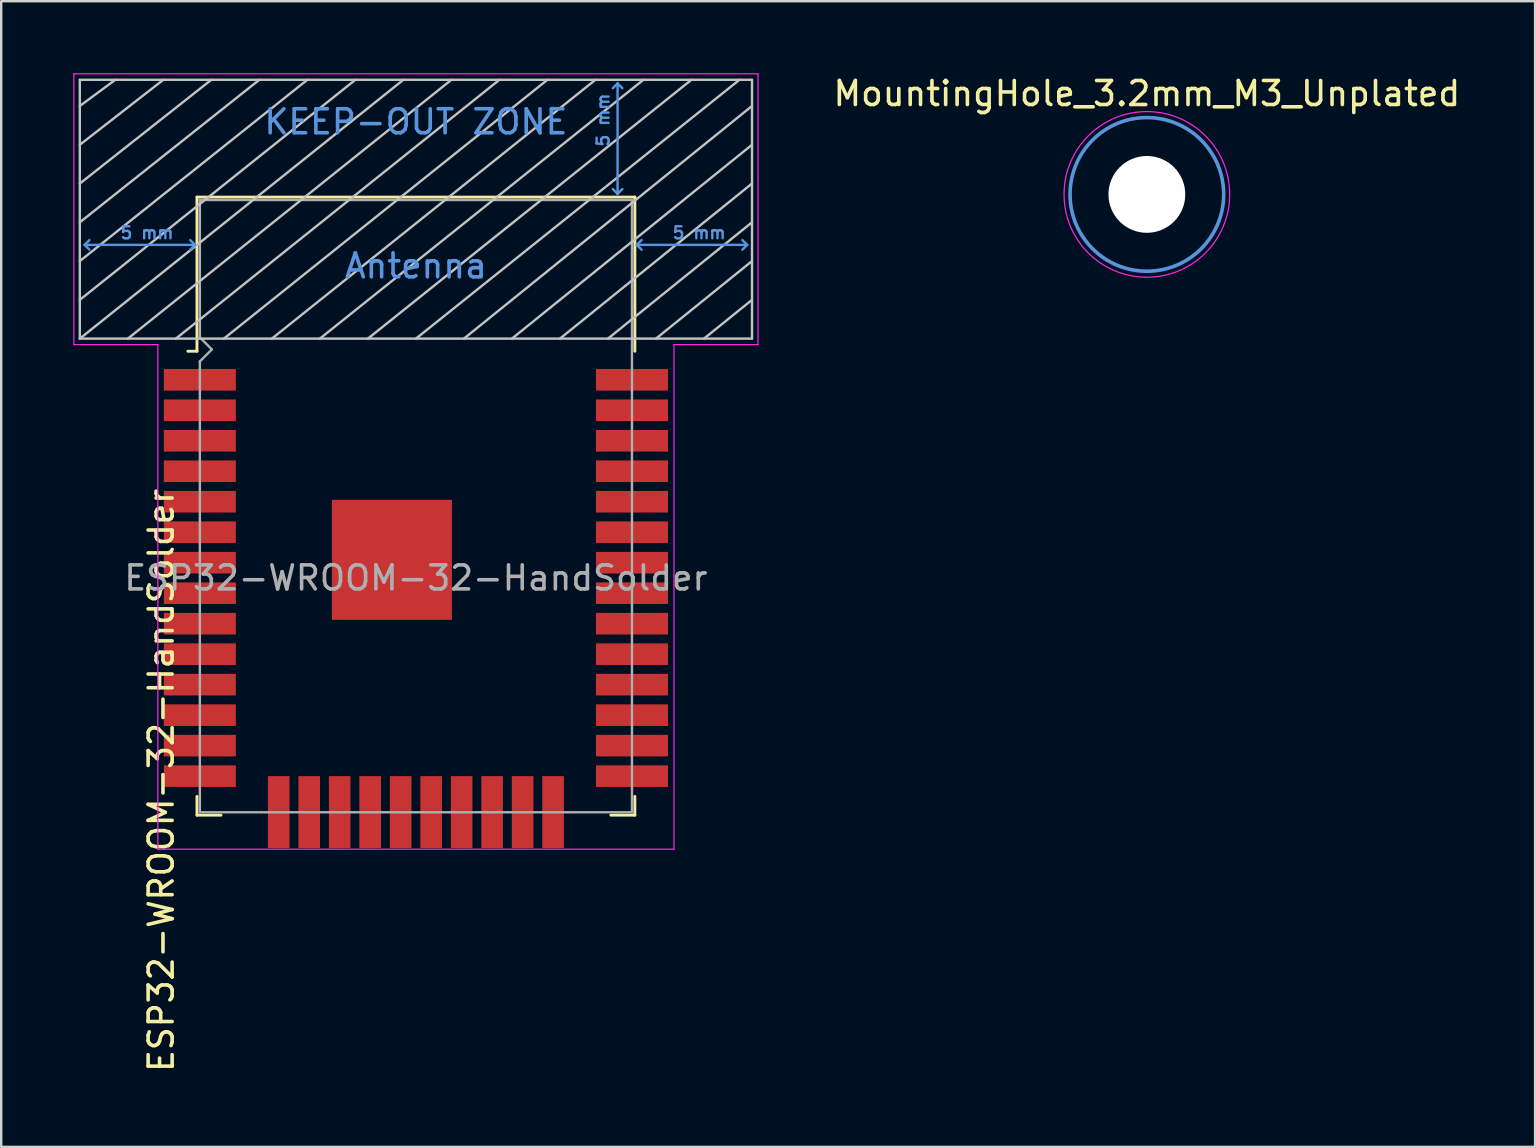
<source format=kicad_pcb>
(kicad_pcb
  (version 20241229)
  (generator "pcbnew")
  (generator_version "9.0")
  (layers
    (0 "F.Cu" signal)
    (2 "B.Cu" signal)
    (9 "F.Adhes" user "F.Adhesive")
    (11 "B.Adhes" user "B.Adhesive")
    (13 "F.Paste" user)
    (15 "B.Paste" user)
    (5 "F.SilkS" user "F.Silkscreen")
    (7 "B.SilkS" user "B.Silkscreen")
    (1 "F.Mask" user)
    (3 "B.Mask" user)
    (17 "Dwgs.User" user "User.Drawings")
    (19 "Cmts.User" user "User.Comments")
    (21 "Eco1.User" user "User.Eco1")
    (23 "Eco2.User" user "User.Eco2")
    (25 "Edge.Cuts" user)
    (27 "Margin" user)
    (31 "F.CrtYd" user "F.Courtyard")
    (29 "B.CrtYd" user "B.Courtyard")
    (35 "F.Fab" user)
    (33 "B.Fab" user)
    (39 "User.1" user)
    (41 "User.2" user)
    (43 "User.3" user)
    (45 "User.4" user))
  (footprint "ESP32-WROOM-32-HandSolder"
    (layer "F.Cu")
    (at 14.275 21.025)
    (property "Reference" "ESP32-WROOM-32-HandSolder" (at -10.61 8.43 90) (layer "F.SilkS") (effects (font (size 1 1) (thickness 0.15))))
    (attr smd)
    (fp_line (start -9.12 -15.865) (end -9.12 -9.445) (stroke (width 0.12) (type solid)) (layer "F.SilkS"))
    (fp_line (start -9.12 -15.865) (end 9.12 -15.865) (stroke (width 0.12) (type solid)) (layer "F.SilkS"))
    (fp_line (start -9.12 -9.445) (end -9.5 -9.445) (stroke (width 0.12) (type solid)) (layer "F.SilkS"))
    (fp_line (start -9.12 9.1) (end -9.12 9.88) (stroke (width 0.12) (type solid)) (layer "F.SilkS"))
    (fp_line (start -9.12 9.88) (end -8.12 9.88) (stroke (width 0.12) (type solid)) (layer "F.SilkS"))
    (fp_line (start 9.12 -15.865) (end 9.12 -9.445) (stroke (width 0.12) (type solid)) (layer "F.SilkS"))
    (fp_line (start 9.12 9.1) (end 9.12 9.88) (stroke (width 0.12) (type solid)) (layer "F.SilkS"))
    (fp_line (start 9.12 9.88) (end 8.12 9.88) (stroke (width 0.12) (type solid)) (layer "F.SilkS"))
    (fp_line (start -14 -9.97) (end -14 -20.75) (stroke (width 0.1) (type solid)) (layer "Dwgs.User"))
    (fp_line (start -12.525 -20.75) (end -14 -19.66) (stroke (width 0.1) (type solid)) (layer "Dwgs.User"))
    (fp_line (start -10.525 -20.75) (end -14 -18.045) (stroke (width 0.1) (type solid)) (layer "Dwgs.User"))
    (fp_line (start -8.525 -20.75) (end -14 -16.43) (stroke (width 0.1) (type solid)) (layer "Dwgs.User"))
    (fp_line (start -8 -9.97) (end 5.475 -20.75) (stroke (width 0.1) (type solid)) (layer "Dwgs.User"))
    (fp_line (start -6.525 -20.75) (end -14 -14.815) (stroke (width 0.1) (type solid)) (layer "Dwgs.User"))
    (fp_line (start -4.525 -20.75) (end -14 -13.2) (stroke (width 0.1) (type solid)) (layer "Dwgs.User"))
    (fp_line (start -2.525 -20.75) (end -14 -11.585) (stroke (width 0.1) (type solid)) (layer "Dwgs.User"))
    (fp_line (start -0.525 -20.75) (end -14 -9.97) (stroke (width 0.1) (type solid)) (layer "Dwgs.User"))
    (fp_line (start 1.475 -20.75) (end -12 -9.97) (stroke (width 0.1) (type solid)) (layer "Dwgs.User"))
    (fp_line (start 3.475 -20.75) (end -10 -9.97) (stroke (width 0.1) (type solid)) (layer "Dwgs.User"))
    (fp_line (start 7.475 -20.75) (end -6 -9.97) (stroke (width 0.1) (type solid)) (layer "Dwgs.User"))
    (fp_line (start 9.475 -20.75) (end -4 -9.97) (stroke (width 0.1) (type solid)) (layer "Dwgs.User"))
    (fp_line (start 11.475 -20.75) (end -2 -9.97) (stroke (width 0.1) (type solid)) (layer "Dwgs.User"))
    (fp_line (start 13.475 -20.75) (end 0 -9.97) (stroke (width 0.1) (type solid)) (layer "Dwgs.User"))
    (fp_line (start 14 -20.75) (end -14 -20.75) (stroke (width 0.1) (type solid)) (layer "Dwgs.User"))
    (fp_line (start 14 -19.66) (end 2 -9.97) (stroke (width 0.1) (type solid)) (layer "Dwgs.User"))
    (fp_line (start 14 -18.045) (end 4 -9.97) (stroke (width 0.1) (type solid)) (layer "Dwgs.User"))
    (fp_line (start 14 -16.43) (end 6 -9.97) (stroke (width 0.1) (type solid)) (layer "Dwgs.User"))
    (fp_line (start 14 -14.815) (end 8 -9.97) (stroke (width 0.1) (type solid)) (layer "Dwgs.User"))
    (fp_line (start 14 -13.2) (end 10 -9.97) (stroke (width 0.1) (type solid)) (layer "Dwgs.User"))
    (fp_line (start 14 -11.585) (end 12 -9.97) (stroke (width 0.1) (type solid)) (layer "Dwgs.User"))
    (fp_line (start 14 -9.97) (end -14 -9.97) (stroke (width 0.1) (type solid)) (layer "Dwgs.User"))
    (fp_line (start 14 -9.97) (end 14 -20.75) (stroke (width 0.1) (type solid)) (layer "Dwgs.User"))
    (fp_line (start -13.8 -13.875) (end -13.6 -14.075) (stroke (width 0.1) (type solid)) (layer "Cmts.User"))
    (fp_line (start -13.8 -13.875) (end -13.6 -13.675) (stroke (width 0.1) (type solid)) (layer "Cmts.User"))
    (fp_line (start -13.8 -13.875) (end -9.2 -13.875) (stroke (width 0.1) (type solid)) (layer "Cmts.User"))
    (fp_line (start -9.2 -13.875) (end -9.4 -14.075) (stroke (width 0.1) (type solid)) (layer "Cmts.User"))
    (fp_line (start -9.2 -13.875) (end -9.4 -13.675) (stroke (width 0.1) (type solid)) (layer "Cmts.User"))
    (fp_line (start 8.4 -20.6) (end 8.2 -20.4) (stroke (width 0.1) (type solid)) (layer "Cmts.User"))
    (fp_line (start 8.4 -20.6) (end 8.6 -20.4) (stroke (width 0.1) (type solid)) (layer "Cmts.User"))
    (fp_line (start 8.4 -16) (end 8.2 -16.2) (stroke (width 0.1) (type solid)) (layer "Cmts.User"))
    (fp_line (start 8.4 -16) (end 8.4 -20.6) (stroke (width 0.1) (type solid)) (layer "Cmts.User"))
    (fp_line (start 8.4 -16) (end 8.6 -16.2) (stroke (width 0.1) (type solid)) (layer "Cmts.User"))
    (fp_line (start 9.2 -13.875) (end 9.4 -14.075) (stroke (width 0.1) (type solid)) (layer "Cmts.User"))
    (fp_line (start 9.2 -13.875) (end 9.4 -13.675) (stroke (width 0.1) (type solid)) (layer "Cmts.User"))
    (fp_line (start 9.2 -13.875) (end 13.8 -13.875) (stroke (width 0.1) (type solid)) (layer "Cmts.User"))
    (fp_line (start 13.8 -13.875) (end 13.6 -14.075) (stroke (width 0.1) (type solid)) (layer "Cmts.User"))
    (fp_line (start 13.8 -13.875) (end 13.6 -13.675) (stroke (width 0.1) (type solid)) (layer "Cmts.User"))
    (fp_line (start -14.25 -21) (end -14.25 -9.72) (stroke (width 0.05) (type solid)) (layer "F.CrtYd"))
    (fp_line (start -14.25 -21) (end 14.25 -21) (stroke (width 0.05) (type solid)) (layer "F.CrtYd"))
    (fp_line (start -14.25 -9.72) (end -10.75 -9.72) (stroke (width 0.05) (type solid)) (layer "F.CrtYd"))
    (fp_line (start -10.75 11.3) (end -10.75 -9.72) (stroke (width 0.05) (type solid)) (layer "F.CrtYd"))
    (fp_line (start -10.75 11.3) (end 10.75 11.3) (stroke (width 0.05) (type solid)) (layer "F.CrtYd"))
    (fp_line (start 10.75 -9.72) (end 10.75 11.3) (stroke (width 0.05) (type solid)) (layer "F.CrtYd"))
    (fp_line (start 10.75 -9.72) (end 14.25 -9.72) (stroke (width 0.05) (type solid)) (layer "F.CrtYd"))
    (fp_line (start 14.25 -21) (end 14.25 -9.72) (stroke (width 0.05) (type solid)) (layer "F.CrtYd"))
    (fp_line (start -9 -15.745) (end -9 -10.02) (stroke (width 0.1) (type solid)) (layer "F.Fab"))
    (fp_line (start -9 -15.745) (end 9 -15.745) (stroke (width 0.1) (type solid)) (layer "F.Fab"))
    (fp_line (start -9 -9.02) (end -9 9.76) (stroke (width 0.1) (type solid)) (layer "F.Fab"))
    (fp_line (start -9 -9.02) (end -8.5 -9.52) (stroke (width 0.1) (type solid)) (layer "F.Fab"))
    (fp_line (start -9 9.76) (end 9 9.76) (stroke (width 0.1) (type solid)) (layer "F.Fab"))
    (fp_line (start -8.5 -9.52) (end -9 -10.02) (stroke (width 0.1) (type solid)) (layer "F.Fab"))
    (fp_line (start 9 9.76) (end 9 -15.745) (stroke (width 0.1) (type solid)) (layer "F.Fab"))
    (fp_text user "5 mm" (at -11.2 -14.375 0) (layer "Cmts.User") (effects (font (size 0.5 0.5) (thickness 0.1))))
    (fp_text user "KEEP-OUT ZONE" (at 0 -19 0) (layer "Cmts.User") (effects (font (size 1 1) (thickness 0.15))))
    (fp_text user "5 mm" (at 11.8 -14.375 0) (layer "Cmts.User") (effects (font (size 0.5 0.5) (thickness 0.1))))
    (fp_text user "Antenna" (at 0 -13 0) (layer "Cmts.User") (effects (font (size 1 1) (thickness 0.15))))
    (fp_text user "5 mm" (at 7.8 -19.075 90) (layer "Cmts.User") (effects (font (size 0.5 0.5) (thickness 0.1))))
    (fp_text user "${REFERENCE}" (at 0 0 0) (layer "F.Fab") (effects (font (size 1 1) (thickness 0.15))))
    (pad "1" smd rect (at -9 -8.255) (size 3 0.9) (layers "F.Cu" "F.Mask" "F.Paste"))
    (pad "2" smd rect (at -9 -6.985) (size 3 0.9) (layers "F.Cu" "F.Mask" "F.Paste"))
    (pad "3" smd rect (at -9 -5.715) (size 3 0.9) (layers "F.Cu" "F.Mask" "F.Paste"))
    (pad "4" smd rect (at -9 -4.445) (size 3 0.9) (layers "F.Cu" "F.Mask" "F.Paste"))
    (pad "5" smd rect (at -9 -3.175) (size 3 0.9) (layers "F.Cu" "F.Mask" "F.Paste"))
    (pad "6" smd rect (at -9 -1.905) (size 3 0.9) (layers "F.Cu" "F.Mask" "F.Paste"))
    (pad "7" smd rect (at -9 -0.635) (size 3 0.9) (layers "F.Cu" "F.Mask" "F.Paste"))
    (pad "8" smd rect (at -9 0.635) (size 3 0.9) (layers "F.Cu" "F.Mask" "F.Paste"))
    (pad "9" smd rect (at -9 1.905) (size 3 0.9) (layers "F.Cu" "F.Mask" "F.Paste"))
    (pad "10" smd rect (at -9 3.175) (size 3 0.9) (layers "F.Cu" "F.Mask" "F.Paste"))
    (pad "11" smd rect (at -9 4.445) (size 3 0.9) (layers "F.Cu" "F.Mask" "F.Paste"))
    (pad "12" smd rect (at -9 5.715) (size 3 0.9) (layers "F.Cu" "F.Mask" "F.Paste"))
    (pad "13" smd rect (at -9 6.985) (size 3 0.9) (layers "F.Cu" "F.Mask" "F.Paste"))
    (pad "14" smd rect (at -9 8.255) (size 3 0.9) (layers "F.Cu" "F.Mask" "F.Paste"))
    (pad "15" smd rect (at -5.715 9.755 90) (size 3 0.9) (layers "F.Cu" "F.Mask" "F.Paste"))
    (pad "16" smd rect (at -4.445 9.755 90) (size 3 0.9) (layers "F.Cu" "F.Mask" "F.Paste"))
    (pad "17" smd rect (at -3.175 9.755 90) (size 3 0.9) (layers "F.Cu" "F.Mask" "F.Paste"))
    (pad "18" smd rect (at -1.905 9.755 90) (size 3 0.9) (layers "F.Cu" "F.Mask" "F.Paste"))
    (pad "19" smd rect (at -0.635 9.755 90) (size 3 0.9) (layers "F.Cu" "F.Mask" "F.Paste"))
    (pad "20" smd rect (at 0.635 9.755 90) (size 3 0.9) (layers "F.Cu" "F.Mask" "F.Paste"))
    (pad "21" smd rect (at 1.905 9.755 90) (size 3 0.9) (layers "F.Cu" "F.Mask" "F.Paste"))
    (pad "22" smd rect (at 3.175 9.755 90) (size 3 0.9) (layers "F.Cu" "F.Mask" "F.Paste"))
    (pad "23" smd rect (at 4.445 9.755 90) (size 3 0.9) (layers "F.Cu" "F.Mask" "F.Paste"))
    (pad "24" smd rect (at 5.715 9.755 90) (size 3 0.9) (layers "F.Cu" "F.Mask" "F.Paste"))
    (pad "25" smd rect (at 9 8.255) (size 3 0.9) (layers "F.Cu" "F.Mask" "F.Paste"))
    (pad "26" smd rect (at 9 6.985) (size 3 0.9) (layers "F.Cu" "F.Mask" "F.Paste"))
    (pad "27" smd rect (at 9 5.715) (size 3 0.9) (layers "F.Cu" "F.Mask" "F.Paste"))
    (pad "28" smd rect (at 9 4.445) (size 3 0.9) (layers "F.Cu" "F.Mask" "F.Paste"))
    (pad "29" smd rect (at 9 3.175) (size 3 0.9) (layers "F.Cu" "F.Mask" "F.Paste"))
    (pad "30" smd rect (at 9 1.905) (size 3 0.9) (layers "F.Cu" "F.Mask" "F.Paste"))
    (pad "31" smd rect (at 9 0.635) (size 3 0.9) (layers "F.Cu" "F.Mask" "F.Paste"))
    (pad "32" smd rect (at 9 -0.635) (size 3 0.9) (layers "F.Cu" "F.Mask" "F.Paste"))
    (pad "33" smd rect (at 9 -1.905) (size 3 0.9) (layers "F.Cu" "F.Mask" "F.Paste"))
    (pad "34" smd rect (at 9 -3.175) (size 3 0.9) (layers "F.Cu" "F.Mask" "F.Paste"))
    (pad "35" smd rect (at 9 -4.445) (size 3 0.9) (layers "F.Cu" "F.Mask" "F.Paste"))
    (pad "36" smd rect (at 9 -5.715) (size 3 0.9) (layers "F.Cu" "F.Mask" "F.Paste"))
    (pad "37" smd rect (at 9 -6.985) (size 3 0.9) (layers "F.Cu" "F.Mask" "F.Paste"))
    (pad "38" smd rect (at 9 -8.255) (size 3 0.9) (layers "F.Cu" "F.Mask" "F.Paste"))
    (pad "39" smd rect (at -1 -0.755) (size 5 5) (layers "F.Cu" "F.Mask" "F.Paste")))
  (footprint "MountingHole_3.2mm_M3_Unplated"
    (layer "F.Cu")
    (at 44.723 5.048)
    (property "Reference" "MountingHole_3.2mm_M3_Unplated" (at 0 -4.2 0) (layer "F.SilkS") (effects (font (size 1 1) (thickness 0.15))))
    (attr exclude_from_pos_files exclude_from_bom)
    (fp_circle (center 0 0) (end 3.2 0) (stroke (width 0.15) (type solid)) (fill no) (layer "Cmts.User"))
    (fp_circle (center 0 0) (end 3.45 0) (stroke (width 0.05) (type solid)) (fill no) (layer "F.CrtYd"))
    (pad "" np_thru_hole circle (at 0 0) (size 3.2 3.2) (drill 3.2) (layers "*.Cu" "*.Mask")))
  (gr_rect
    (start -3 -3)
    (end 60.895 44.723)
    (stroke (width 0.1) (type default))
    (fill no)
    (layer "Edge.Cuts")))
</source>
